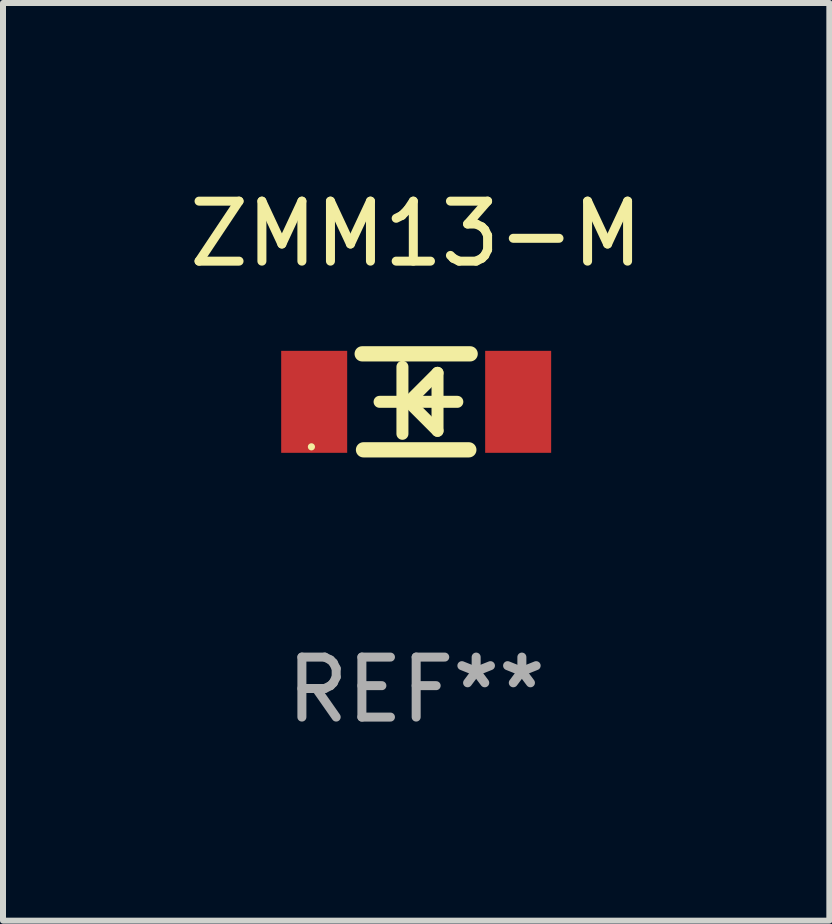
<source format=kicad_pcb>
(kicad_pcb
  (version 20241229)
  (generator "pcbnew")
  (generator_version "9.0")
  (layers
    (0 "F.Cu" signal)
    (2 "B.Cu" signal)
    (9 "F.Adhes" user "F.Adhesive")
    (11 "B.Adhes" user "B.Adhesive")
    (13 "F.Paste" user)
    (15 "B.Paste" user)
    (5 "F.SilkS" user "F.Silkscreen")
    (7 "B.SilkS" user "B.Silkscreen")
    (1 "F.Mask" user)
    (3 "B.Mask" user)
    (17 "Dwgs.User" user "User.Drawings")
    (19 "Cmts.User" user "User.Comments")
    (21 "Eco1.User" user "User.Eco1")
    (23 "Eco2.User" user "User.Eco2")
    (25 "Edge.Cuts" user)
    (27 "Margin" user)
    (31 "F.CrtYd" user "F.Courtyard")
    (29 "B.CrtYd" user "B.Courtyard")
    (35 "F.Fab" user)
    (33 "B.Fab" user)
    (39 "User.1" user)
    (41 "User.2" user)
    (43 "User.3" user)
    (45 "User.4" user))
  (footprint "ZMM13-M"
    (layer "F.Cu")
    (at 3.887 3.648)
    (property "Reference" "ZMM13-M" (at 0 -2.8 0) (layer "F.SilkS") (effects (font (size 1 1) (thickness 0.15))))
    (attr through_hole)
    (fp_line (start -0.9 -0.8) (end 0.9 -0.8) (stroke (width 0.254) (type solid)) (layer "F.SilkS"))
    (fp_line (start -0.878 0.8) (end 0.878 0.8) (stroke (width 0.254) (type solid)) (layer "F.SilkS"))
    (fp_line (start -0.61 0) (end 0.686 0) (stroke (width 0.2) (type solid)) (layer "F.SilkS"))
    (fp_line (start -0.229 -0.584) (end -0.229 0.533) (stroke (width 0.2) (type solid)) (layer "F.SilkS"))
    (fp_line (start -0.127 0) (end 0.356 -0.483) (stroke (width 0.2) (type solid)) (layer "F.SilkS"))
    (fp_line (start 0.356 -0.483) (end 0.356 0.483) (stroke (width 0.2) (type solid)) (layer "F.SilkS"))
    (fp_line (start 0.356 0.483) (end -0.102 0.025) (stroke (width 0.2) (type solid)) (layer "F.SilkS"))
    (fp_circle (center -1.746 0.75) (end -1.716 0.75) (stroke (width 0.06) (type solid)) (fill no) (layer "F.SilkS"))
    (fp_text user "REF**" (at 0 4.8 0) (layer "F.Fab") (effects (font (size 1 1) (thickness 0.15))))
    (pad "1" smd rect (at -1.7 0 180) (size 1.1 1.7) (layers "F.Cu" "F.Mask" "F.Paste"))
    (pad "2" smd rect (at 1.7 0 180) (size 1.1 1.7) (layers "F.Cu" "F.Mask" "F.Paste")))
  (gr_rect
    (start -3 -3)
    (end 10.774 12.296)
    (stroke (width 0.1) (type default))
    (fill no)
    (layer "Edge.Cuts")))
</source>
